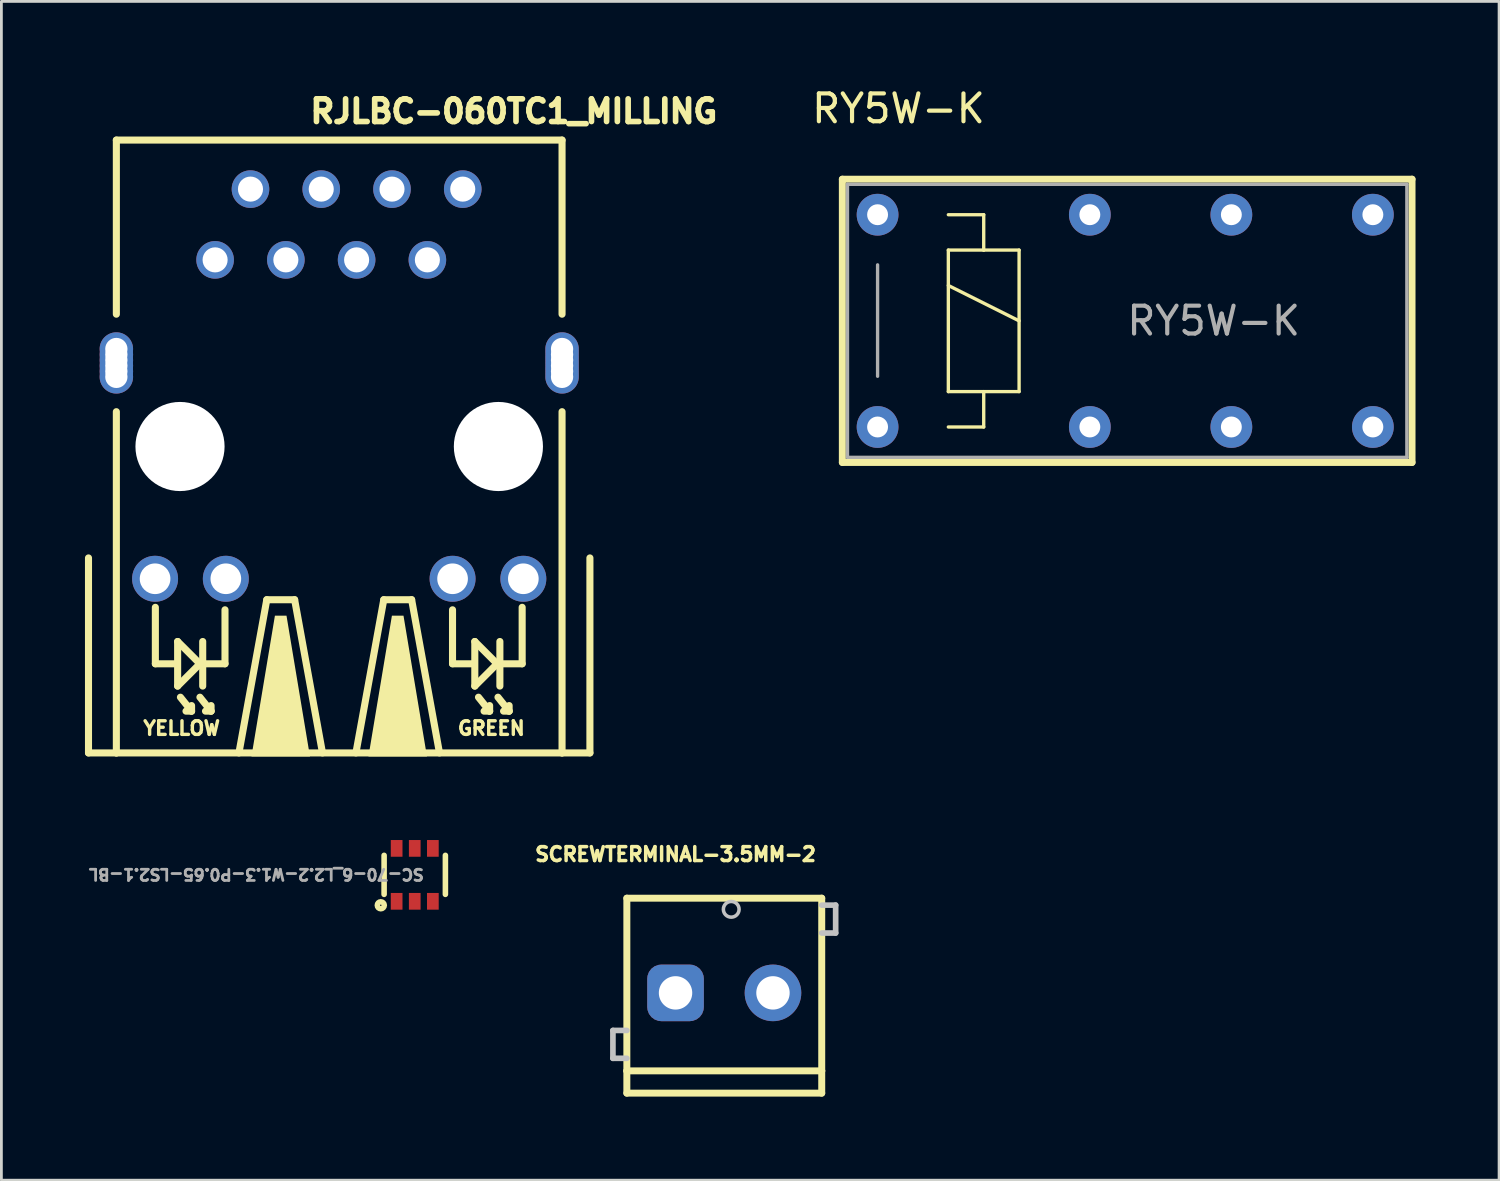
<source format=kicad_pcb>
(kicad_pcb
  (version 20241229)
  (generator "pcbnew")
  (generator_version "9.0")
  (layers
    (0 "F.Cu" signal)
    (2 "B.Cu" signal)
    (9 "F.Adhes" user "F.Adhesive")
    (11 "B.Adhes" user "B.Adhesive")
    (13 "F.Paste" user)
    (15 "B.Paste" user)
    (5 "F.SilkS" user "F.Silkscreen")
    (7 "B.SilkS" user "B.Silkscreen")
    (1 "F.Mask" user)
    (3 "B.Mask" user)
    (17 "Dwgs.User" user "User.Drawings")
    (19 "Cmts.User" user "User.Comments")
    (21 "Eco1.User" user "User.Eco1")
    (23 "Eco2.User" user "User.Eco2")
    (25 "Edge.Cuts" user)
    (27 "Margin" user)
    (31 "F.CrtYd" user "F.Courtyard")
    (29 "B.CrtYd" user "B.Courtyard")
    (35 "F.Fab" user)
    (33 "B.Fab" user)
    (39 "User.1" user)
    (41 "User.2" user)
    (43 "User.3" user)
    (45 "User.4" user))
  (footprint "SC-70-6_L2.2-W1.3-P0.65-LS2.1-BL"
    (layer "F.Cu")
    (at 11.839 28.356)
    (property "Reference" "SC-70-6_L2.2-W1.3-P0.65-LS2.1-BL" (at 0.381 -0.254 180) (unlocked yes) (layer "F.Fab") (effects (font (size 0.4 0.4) (thickness 0.1)) (justify left bottom)))
    (fp_line (start -1.1 -0.7) (end -1.1 0.7) (stroke (width 0.2) (type default)) (layer "F.SilkS"))
    (fp_line (start 1.1 -0.7) (end 1.1 0.7) (stroke (width 0.2) (type default)) (layer "F.SilkS"))
    (fp_arc (start -1.0942 1.0935) (mid -1.344207 1.0922) (end -1.0942 1.0909) (stroke (width 0.2) (type default)) (layer "F.SilkS"))
    (pad "1" smd rect (at -0.65 0.95) (size 0.42 0.6) (layers "F.Cu" "F.Mask" "F.Paste"))
    (pad "2" smd rect (at 0 0.95) (size 0.42 0.6) (layers "F.Cu" "F.Mask" "F.Paste"))
    (pad "3" smd rect (at 0.65 0.95) (size 0.42 0.6) (layers "F.Cu" "F.Mask" "F.Paste"))
    (pad "4" smd rect (at 0.65 -0.95 180) (size 0.42 0.6) (layers "F.Cu" "F.Mask" "F.Paste"))
    (pad "5" smd rect (at 0 -0.95 180) (size 0.42 0.6) (layers "F.Cu" "F.Mask" "F.Paste"))
    (pad "6" smd rect (at -0.65 -0.95 180) (size 0.42 0.6) (layers "F.Cu" "F.Mask" "F.Paste")))
  (footprint "SCREWTERMINAL-3.5MM-2"
    (layer "F.Cu")
    (at 21.201 32.593)
    (property "Reference" "SCREWTERMINAL-3.5MM-2" (at 0 -4.975 180) (layer "F.SilkS") (effects (font (size 0.5 0.5) (thickness 0.125))))
    (attr exclude_from_pos_files exclude_from_bom)
    (fp_line (start -1.748 -3.399) (end 5.248 -3.399) (stroke (width 0.25) (type solid)) (layer "F.SilkS"))
    (fp_line (start -1.748 2.799) (end -1.748 -3.399) (stroke (width 0.25) (type solid)) (layer "F.SilkS"))
    (fp_line (start -1.748 3.599) (end -1.748 2.799) (stroke (width 0.25) (type solid)) (layer "F.SilkS"))
    (fp_line (start 5.248 -3.399) (end 5.248 2.799) (stroke (width 0.25) (type solid)) (layer "F.SilkS"))
    (fp_line (start 5.248 2.799) (end -1.748 2.799) (stroke (width 0.25) (type solid)) (layer "F.SilkS"))
    (fp_line (start 5.248 2.799) (end 5.248 3.599) (stroke (width 0.25) (type solid)) (layer "F.SilkS"))
    (fp_line (start 5.248 3.599) (end -1.748 3.599) (stroke (width 0.25) (type solid)) (layer "F.SilkS"))
    (fp_line (start -2.248 1.349) (end -2.248 2.349) (stroke (width 0.203) (type solid)) (layer "Dwgs.User"))
    (fp_line (start -2.248 2.349) (end -1.748 2.349) (stroke (width 0.203) (type solid)) (layer "Dwgs.User"))
    (fp_line (start -1.748 1.349) (end -2.248 1.349) (stroke (width 0.203) (type solid)) (layer "Dwgs.User"))
    (fp_line (start 5.248 -3.15) (end 5.748 -3.15) (stroke (width 0.203) (type solid)) (layer "Dwgs.User"))
    (fp_line (start 5.748 -3.15) (end 5.748 -2.149) (stroke (width 0.203) (type solid)) (layer "Dwgs.User"))
    (fp_line (start 5.748 -2.149) (end 5.248 -2.149) (stroke (width 0.203) (type solid)) (layer "Dwgs.User"))
    (fp_circle (center 1.999 -3) (end 1.999 -3.282) (stroke (width 0.127) (type solid)) (fill no) (layer "Dwgs.User"))
    (pad "1" thru_hole roundrect (at 0 0) (size 2.032 2.032) (drill 1.199) (layers "*.Cu" "*.Mask") (roundrect_rratio 0.25))
    (pad "2" thru_hole circle (at 3.498 0) (size 2.032 2.032) (drill 1.199) (layers "*.Cu" "*.Mask")))
  (footprint "RY5W-K"
    (layer "F.Cu")
    (at 28.454 4.658)
    (property "Reference" "RY5W-K" (at 0.75 -3.81 0) (layer "F.SilkS") (effects (font (size 1 1) (thickness 0.15))))
    (attr through_hole)
    (fp_line (start -1.265 -1.275) (end 19.186 -1.275) (stroke (width 0.25) (type solid)) (layer "F.SilkS"))
    (fp_line (start -1.265 8.893) (end -1.265 -1.275) (stroke (width 0.25) (type solid)) (layer "F.SilkS"))
    (fp_line (start 2.54 0) (end 3.81 0) (stroke (width 0.12) (type solid)) (layer "F.SilkS"))
    (fp_line (start 2.54 1.27) (end 3.81 1.27) (stroke (width 0.12) (type solid)) (layer "F.SilkS"))
    (fp_line (start 2.54 2.54) (end 5.08 3.81) (stroke (width 0.12) (type solid)) (layer "F.SilkS"))
    (fp_line (start 2.54 6.35) (end 2.54 1.27) (stroke (width 0.12) (type solid)) (layer "F.SilkS"))
    (fp_line (start 3.81 0) (end 3.81 1.27) (stroke (width 0.12) (type solid)) (layer "F.SilkS"))
    (fp_line (start 3.81 1.27) (end 5.08 1.27) (stroke (width 0.12) (type solid)) (layer "F.SilkS"))
    (fp_line (start 3.81 6.35) (end 3.81 7.62) (stroke (width 0.12) (type solid)) (layer "F.SilkS"))
    (fp_line (start 3.81 7.62) (end 2.54 7.62) (stroke (width 0.12) (type solid)) (layer "F.SilkS"))
    (fp_line (start 5.08 1.27) (end 5.08 6.35) (stroke (width 0.12) (type solid)) (layer "F.SilkS"))
    (fp_line (start 5.08 6.35) (end 2.54 6.35) (stroke (width 0.12) (type solid)) (layer "F.SilkS"))
    (fp_line (start 19.186 -1.275) (end 19.186 8.893) (stroke (width 0.25) (type solid)) (layer "F.SilkS"))
    (fp_line (start 19.186 8.893) (end -1.265 8.893) (stroke (width 0.25) (type solid)) (layer "F.SilkS"))
    (fp_line (start -1.08 -1.09) (end 19 -1.09) (stroke (width 0.12) (type solid)) (layer "F.Fab"))
    (fp_line (start -1.08 8.71) (end -1.08 -1.09) (stroke (width 0.12) (type solid)) (layer "F.Fab"))
    (fp_line (start 0 1.8) (end 0 5.8) (stroke (width 0.12) (type solid)) (layer "F.Fab"))
    (fp_line (start 19 -1.09) (end 19 8.71) (stroke (width 0.12) (type solid)) (layer "F.Fab"))
    (fp_line (start 19 8.71) (end -1.08 8.71) (stroke (width 0.12) (type solid)) (layer "F.Fab"))
    (fp_text user "${REFERENCE}" (at 12.065 3.81 0) (layer "F.Fab") (effects (font (size 1 1) (thickness 0.15))))
    (pad "1" thru_hole circle (at 0 0) (size 1.5 1.5) (drill 0.75) (layers "*.Cu" "*.Mask"))
    (pad "4" thru_hole circle (at 7.62 0) (size 1.5 1.5) (drill 0.75) (layers "*.Cu" "*.Mask"))
    (pad "6" thru_hole circle (at 12.7 0) (size 1.5 1.5) (drill 0.75) (layers "*.Cu" "*.Mask"))
    (pad "8" thru_hole circle (at 17.78 0) (size 1.5 1.5) (drill 0.75) (layers "*.Cu" "*.Mask"))
    (pad "9" thru_hole circle (at 17.78 7.62) (size 1.5 1.5) (drill 0.75) (layers "*.Cu" "*.Mask"))
    (pad "11" thru_hole circle (at 12.7 7.62) (size 1.5 1.5) (drill 0.75) (layers "*.Cu" "*.Mask"))
    (pad "13" thru_hole circle (at 7.62 7.62) (size 1.5 1.5) (drill 0.75) (layers "*.Cu" "*.Mask"))
    (pad "16" thru_hole circle (at 0 7.62) (size 1.5 1.5) (drill 0.75) (layers "*.Cu" "*.Mask")))
  (footprint "RJLBC-060TC1_MILLING"
    (layer "F.Cu")
    (at 9.127 12.979)
    (property "Reference" "RJLBC-060TC1_MILLING" (at -1.143 -11.557 0) (unlocked yes) (layer "F.SilkS") (effects (font (size 0.813 0.813) (thickness 0.203)) (justify left bottom)))
    (fp_line (start -9 11) (end -9 4) (stroke (width 0.254) (type solid)) (layer "F.SilkS"))
    (fp_line (start -8 -11) (end 8 -11) (stroke (width 0.254) (type solid)) (layer "F.SilkS"))
    (fp_line (start -8 -4.75) (end -8 -11) (stroke (width 0.254) (type solid)) (layer "F.SilkS"))
    (fp_line (start -8 11) (end -9 11) (stroke (width 0.254) (type solid)) (layer "F.SilkS"))
    (fp_line (start -8 11) (end -8 -1.25) (stroke (width 0.254) (type solid)) (layer "F.SilkS"))
    (fp_line (start -6.6 5.773) (end -6.6 7.8) (stroke (width 0.254) (type solid)) (layer "F.SilkS"))
    (fp_line (start -6.6 7.8) (end -5.9 7.8) (stroke (width 0.254) (type solid)) (layer "F.SilkS"))
    (fp_line (start -5.8 7) (end -5.8 8.6) (stroke (width 0.254) (type solid)) (layer "F.SilkS"))
    (fp_line (start -5.8 7) (end -5 7.8) (stroke (width 0.254) (type solid)) (layer "F.SilkS"))
    (fp_line (start -5.7 9) (end -5.3 9.5) (stroke (width 0.254) (type solid)) (layer "F.SilkS"))
    (fp_line (start -5.3 9.5) (end -5.5 9.5) (stroke (width 0.254) (type solid)) (layer "F.SilkS"))
    (fp_line (start -5.3 9.5) (end -5.3 9.3) (stroke (width 0.254) (type solid)) (layer "F.SilkS"))
    (fp_line (start -5 7.8) (end -5.8 8.6) (stroke (width 0.254) (type solid)) (layer "F.SilkS"))
    (fp_line (start -5 9) (end -4.6 9.5) (stroke (width 0.254) (type solid)) (layer "F.SilkS"))
    (fp_line (start -4.9 7) (end -4.9 8.6) (stroke (width 0.254) (type solid)) (layer "F.SilkS"))
    (fp_line (start -4.8 7.8) (end -4.1 7.8) (stroke (width 0.254) (type solid)) (layer "F.SilkS"))
    (fp_line (start -4.6 9.5) (end -4.8 9.5) (stroke (width 0.254) (type solid)) (layer "F.SilkS"))
    (fp_line (start -4.6 9.5) (end -4.6 9.3) (stroke (width 0.254) (type solid)) (layer "F.SilkS"))
    (fp_line (start -4.1 7.8) (end -4.1 5.862) (stroke (width 0.254) (type solid)) (layer "F.SilkS"))
    (fp_line (start -3.6 11) (end -2.6 5.5) (stroke (width 0.254) (type solid)) (layer "F.SilkS"))
    (fp_line (start -2.6 5.5) (end -1.6 5.5) (stroke (width 0.254) (type solid)) (layer "F.SilkS"))
    (fp_line (start -1.6 5.5) (end -0.6 11) (stroke (width 0.254) (type solid)) (layer "F.SilkS"))
    (fp_line (start 0.6 11) (end 1.6 5.5) (stroke (width 0.254) (type solid)) (layer "F.SilkS"))
    (fp_line (start 1.6 5.5) (end 2.6 5.5) (stroke (width 0.254) (type solid)) (layer "F.SilkS"))
    (fp_line (start 2.6 5.5) (end 3.6 11) (stroke (width 0.254) (type solid)) (layer "F.SilkS"))
    (fp_line (start 4.068 7.8) (end 4.068 5.862) (stroke (width 0.254) (type solid)) (layer "F.SilkS"))
    (fp_line (start 4.768 7.8) (end 4.068 7.8) (stroke (width 0.254) (type solid)) (layer "F.SilkS"))
    (fp_line (start 4.868 8.6) (end 4.868 7) (stroke (width 0.254) (type solid)) (layer "F.SilkS"))
    (fp_line (start 4.868 8.6) (end 5.668 7.8) (stroke (width 0.254) (type solid)) (layer "F.SilkS"))
    (fp_line (start 5 9) (end 5.4 9.5) (stroke (width 0.254) (type solid)) (layer "F.SilkS"))
    (fp_line (start 5.4 9.5) (end 5.2 9.5) (stroke (width 0.254) (type solid)) (layer "F.SilkS"))
    (fp_line (start 5.4 9.5) (end 5.4 9.3) (stroke (width 0.254) (type solid)) (layer "F.SilkS"))
    (fp_line (start 5.668 7.8) (end 4.868 7) (stroke (width 0.254) (type solid)) (layer "F.SilkS"))
    (fp_line (start 5.7 9) (end 6.1 9.5) (stroke (width 0.254) (type solid)) (layer "F.SilkS"))
    (fp_line (start 5.768 8.6) (end 5.768 7) (stroke (width 0.254) (type solid)) (layer "F.SilkS"))
    (fp_line (start 6.1 9.5) (end 5.9 9.5) (stroke (width 0.254) (type solid)) (layer "F.SilkS"))
    (fp_line (start 6.1 9.5) (end 6.1 9.3) (stroke (width 0.254) (type solid)) (layer "F.SilkS"))
    (fp_line (start 6.568 5.773) (end 6.568 7.8) (stroke (width 0.254) (type solid)) (layer "F.SilkS"))
    (fp_line (start 6.568 7.8) (end 5.868 7.8) (stroke (width 0.254) (type solid)) (layer "F.SilkS"))
    (fp_line (start 8 -11) (end 8 -4.75) (stroke (width 0.254) (type solid)) (layer "F.SilkS"))
    (fp_line (start 8 -1.25) (end 8 11) (stroke (width 0.254) (type solid)) (layer "F.SilkS"))
    (fp_line (start 8 11) (end -8 11) (stroke (width 0.254) (type solid)) (layer "F.SilkS"))
    (fp_line (start 8 11) (end 9 11) (stroke (width 0.254) (type solid)) (layer "F.SilkS"))
    (fp_line (start 9 11) (end 9 4) (stroke (width 0.254) (type solid)) (layer "F.SilkS"))
    (fp_poly (pts (xy -1.05 11.127) (xy -3.15 11.127) (xy -2.308 6.073) (xy -1.892 6.073)) (stroke (width 0) (type default)) (fill yes) (layer "F.SilkS"))
    (fp_poly (pts (xy 3.15 11.127) (xy 1.05 11.127) (xy 1.892 6.073) (xy 2.308 6.073)) (stroke (width 0) (type default)) (fill yes) (layer "F.SilkS"))
    (fp_text user "GREEN" (at 4.195 10.4 0) (layer "F.SilkS") (effects (font (size 0.488 0.488) (thickness 0.122)) (justify left bottom)))
    (fp_text user "YELLOW" (at -7.095 10.4 0) (layer "F.SilkS") (effects (font (size 0.488 0.488) (thickness 0.122)) (justify left bottom)))
    (pad "" np_thru_hole circle (at -5.715 0) (size 3.2 3.2) (drill 3.2) (layers "*.Cu" "*.Mask"))
    (pad "" np_thru_hole circle (at 5.715 0) (size 3.2 3.2) (drill 3.2) (layers "*.Cu" "*.Mask"))
    (pad "1" thru_hole circle (at -4.455 -6.7) (size 1.35 1.35) (drill 0.9) (layers "*.Cu" "*.Mask"))
    (pad "2" thru_hole circle (at -3.185 -9.24) (size 1.35 1.35) (drill 0.9) (layers "*.Cu" "*.Mask"))
    (pad "3" thru_hole circle (at -1.915 -6.7) (size 1.35 1.35) (drill 0.9) (layers "*.Cu" "*.Mask"))
    (pad "4" thru_hole circle (at -0.645 -9.24) (size 1.35 1.35) (drill 0.9) (layers "*.Cu" "*.Mask"))
    (pad "5" thru_hole circle (at 0.625 -6.7) (size 1.35 1.35) (drill 0.9) (layers "*.Cu" "*.Mask"))
    (pad "6" thru_hole circle (at 1.895 -9.24) (size 1.35 1.35) (drill 0.9) (layers "*.Cu" "*.Mask"))
    (pad "7" thru_hole circle (at 3.165 -6.7) (size 1.35 1.35) (drill 0.9) (layers "*.Cu" "*.Mask"))
    (pad "8" thru_hole circle (at 4.435 -9.24) (size 1.35 1.35) (drill 0.9) (layers "*.Cu" "*.Mask"))
    (pad "AG" thru_hole circle (at 4.07 4.748) (size 1.65 1.65) (drill 1.1) (layers "*.Cu" "*.Mask"))
    (pad "AY" thru_hole circle (at -6.61 4.748) (size 1.65 1.65) (drill 1.1) (layers "*.Cu" "*.Mask"))
    (pad "GND1" thru_hole circle (at -8 -3.1) (size 1.2 1.2) (drill 0.8) (layers "*.Cu" "*.Mask"))
    (pad "GND2" thru_hole circle (at 8 -3.1) (size 1.2 1.2) (drill 0.8) (layers "*.Cu" "*.Mask"))
    (pad "KG" thru_hole circle (at 6.61 4.748) (size 1.65 1.65) (drill 1.1) (layers "*.Cu" "*.Mask"))
    (pad "KY" thru_hole circle (at -4.07 4.748) (size 1.65 1.65) (drill 1.1) (layers "*.Cu" "*.Mask"))
    (pad "_1" thru_hole circle (at -8 -2.5) (size 1.2 1.2) (drill 0.8) (layers "*.Cu" "*.Mask"))
    (pad "_2" thru_hole circle (at -8 -2.7) (size 1.2 1.2) (drill 0.8) (layers "*.Cu" "*.Mask"))
    (pad "_3" thru_hole circle (at -8 -2.9) (size 1.2 1.2) (drill 0.8) (layers "*.Cu" "*.Mask"))
    (pad "_4" thru_hole circle (at -8 -3.3) (size 1.2 1.2) (drill 0.8) (layers "*.Cu" "*.Mask"))
    (pad "_5" thru_hole circle (at -8 -3.5) (size 1.2 1.2) (drill 0.8) (layers "*.Cu" "*.Mask"))
    (pad "_6" thru_hole circle (at 8 -3.5) (size 1.2 1.2) (drill 0.8) (layers "*.Cu" "*.Mask"))
    (pad "_7" thru_hole circle (at 8 -3.3) (size 1.2 1.2) (drill 0.8) (layers "*.Cu" "*.Mask"))
    (pad "_8" thru_hole circle (at 8 -2.9) (size 1.2 1.2) (drill 0.8) (layers "*.Cu" "*.Mask"))
    (pad "_9" thru_hole circle (at 8 -2.7) (size 1.2 1.2) (drill 0.8) (layers "*.Cu" "*.Mask"))
    (pad "_10" thru_hole circle (at 8 -2.5) (size 1.2 1.2) (drill 0.8) (layers "*.Cu" "*.Mask")))
  (gr_rect
    (start -3 -3)
    (end 50.765 39.317)
    (stroke (width 0.1) (type default))
    (fill no)
    (layer "Edge.Cuts")))
</source>
